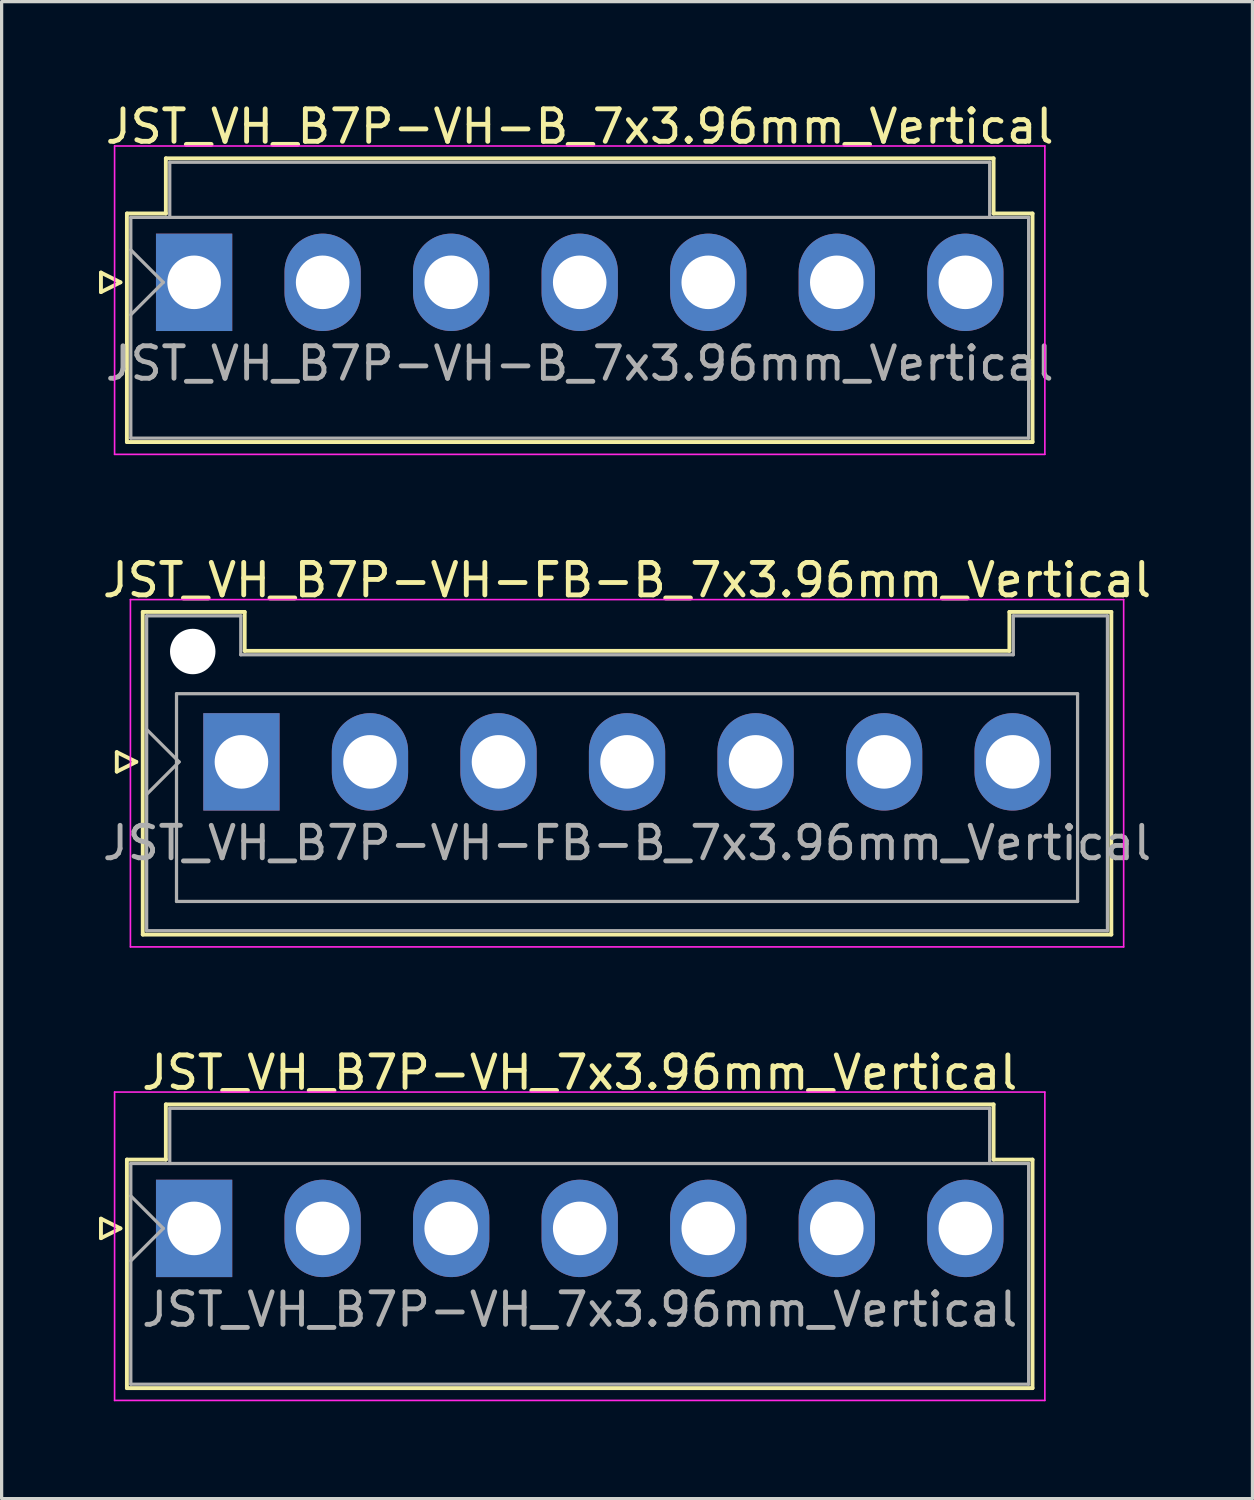
<source format=kicad_pcb>
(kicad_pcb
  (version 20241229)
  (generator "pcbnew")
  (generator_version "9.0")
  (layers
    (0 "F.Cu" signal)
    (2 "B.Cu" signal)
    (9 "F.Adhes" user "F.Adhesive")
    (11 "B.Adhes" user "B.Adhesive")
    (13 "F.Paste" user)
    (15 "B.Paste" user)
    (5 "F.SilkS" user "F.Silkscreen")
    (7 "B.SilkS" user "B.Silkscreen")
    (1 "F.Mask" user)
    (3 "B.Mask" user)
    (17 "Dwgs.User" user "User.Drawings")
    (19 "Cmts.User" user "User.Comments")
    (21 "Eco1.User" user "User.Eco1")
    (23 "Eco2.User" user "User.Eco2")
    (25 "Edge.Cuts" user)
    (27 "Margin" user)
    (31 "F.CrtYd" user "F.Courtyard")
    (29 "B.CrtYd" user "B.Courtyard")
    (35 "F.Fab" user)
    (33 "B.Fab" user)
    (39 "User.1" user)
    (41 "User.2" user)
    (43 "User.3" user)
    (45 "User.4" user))
  (footprint "JST_VH_B7P-VH-FB-B_7x3.96mm_Vertical"
    (layer "F.Cu")
    (at 4.388 20.422)
    (property "Reference" "JST_VH_B7P-VH-FB-B_7x3.96mm_Vertical" (at 11.88 -5.6 0) (layer "F.SilkS") (effects (font (size 1 1) (thickness 0.15))))
    (attr through_hole)
    (fp_line (start -3.84 -0.3) (end -3.24 0) (stroke (width 0.12) (type solid)) (layer "F.SilkS"))
    (fp_line (start -3.84 0.3) (end -3.84 -0.3) (stroke (width 0.12) (type solid)) (layer "F.SilkS"))
    (fp_line (start -3.24 0) (end -3.84 0.3) (stroke (width 0.12) (type solid)) (layer "F.SilkS"))
    (fp_line (start -3.04 -4.62) (end 0.1 -4.62) (stroke (width 0.12) (type solid)) (layer "F.SilkS"))
    (fp_line (start -3.04 5.32) (end -3.04 -4.62) (stroke (width 0.12) (type solid)) (layer "F.SilkS"))
    (fp_line (start 0.1 -4.62) (end 0.1 -3.42) (stroke (width 0.12) (type solid)) (layer "F.SilkS"))
    (fp_line (start 0.1 -3.42) (end 23.66 -3.42) (stroke (width 0.12) (type solid)) (layer "F.SilkS"))
    (fp_line (start 23.66 -4.62) (end 26.8 -4.62) (stroke (width 0.12) (type solid)) (layer "F.SilkS"))
    (fp_line (start 23.66 -3.42) (end 23.66 -4.62) (stroke (width 0.12) (type solid)) (layer "F.SilkS"))
    (fp_line (start 26.8 -4.62) (end 26.8 5.32) (stroke (width 0.12) (type solid)) (layer "F.SilkS"))
    (fp_line (start 26.8 5.32) (end -3.04 5.32) (stroke (width 0.12) (type solid)) (layer "F.SilkS"))
    (fp_line (start -3.42 -5) (end -3.42 5.7) (stroke (width 0.05) (type solid)) (layer "F.CrtYd"))
    (fp_line (start -3.42 5.7) (end 27.18 5.7) (stroke (width 0.05) (type solid)) (layer "F.CrtYd"))
    (fp_line (start 27.18 -5) (end -3.42 -5) (stroke (width 0.05) (type solid)) (layer "F.CrtYd"))
    (fp_line (start 27.18 5.7) (end 27.18 -5) (stroke (width 0.05) (type solid)) (layer "F.CrtYd"))
    (fp_line (start -2.92 -4.5) (end -0.02 -4.5) (stroke (width 0.1) (type solid)) (layer "F.Fab"))
    (fp_line (start -2.92 -1) (end -1.92 0) (stroke (width 0.1) (type solid)) (layer "F.Fab"))
    (fp_line (start -2.92 1) (end -1.92 0) (stroke (width 0.1) (type solid)) (layer "F.Fab"))
    (fp_line (start -2.92 5.2) (end -2.92 -4.5) (stroke (width 0.1) (type solid)) (layer "F.Fab"))
    (fp_line (start -2 -2.1) (end 25.76 -2.1) (stroke (width 0.1) (type solid)) (layer "F.Fab"))
    (fp_line (start -2 4.3) (end -2 -2.1) (stroke (width 0.1) (type solid)) (layer "F.Fab"))
    (fp_line (start -0.02 -4.5) (end -0.02 -3.3) (stroke (width 0.1) (type solid)) (layer "F.Fab"))
    (fp_line (start -0.02 -3.3) (end 23.78 -3.3) (stroke (width 0.1) (type solid)) (layer "F.Fab"))
    (fp_line (start 23.78 -4.5) (end 26.68 -4.5) (stroke (width 0.1) (type solid)) (layer "F.Fab"))
    (fp_line (start 23.78 -3.3) (end 23.78 -4.5) (stroke (width 0.1) (type solid)) (layer "F.Fab"))
    (fp_line (start 25.76 -2.1) (end 25.76 4.3) (stroke (width 0.1) (type solid)) (layer "F.Fab"))
    (fp_line (start 25.76 4.3) (end -2 4.3) (stroke (width 0.1) (type solid)) (layer "F.Fab"))
    (fp_line (start 26.68 -4.5) (end 26.68 5.2) (stroke (width 0.1) (type solid)) (layer "F.Fab"))
    (fp_line (start 26.68 5.2) (end -2.92 5.2) (stroke (width 0.1) (type solid)) (layer "F.Fab"))
    (fp_text user "${REFERENCE}" (at 11.88 2.5 0) (layer "F.Fab") (effects (font (size 1 1) (thickness 0.15))))
    (pad "" np_thru_hole circle (at -1.5 -3.4) (size 1.4 1.4) (drill 1.4) (layers "*.Cu" "*.Mask"))
    (pad "1" thru_hole rect (at 0 0) (size 2.35 3) (drill 1.65) (layers "*.Cu" "*.Mask"))
    (pad "2" thru_hole oval (at 3.96 0) (size 2.35 3) (drill 1.65) (layers "*.Cu" "*.Mask"))
    (pad "3" thru_hole oval (at 7.92 0) (size 2.35 3) (drill 1.65) (layers "*.Cu" "*.Mask"))
    (pad "4" thru_hole oval (at 11.88 0) (size 2.35 3) (drill 1.65) (layers "*.Cu" "*.Mask"))
    (pad "5" thru_hole oval (at 15.84 0) (size 2.35 3) (drill 1.65) (layers "*.Cu" "*.Mask"))
    (pad "6" thru_hole oval (at 19.8 0) (size 2.35 3) (drill 1.65) (layers "*.Cu" "*.Mask"))
    (pad "7" thru_hole oval (at 23.76 0) (size 2.35 3) (drill 1.65) (layers "*.Cu" "*.Mask")))
  (footprint "JST_VH_B7P-VH_7x3.96mm_Vertical"
    (layer "F.Cu")
    (at 2.93 34.795)
    (property "Reference" "JST_VH_B7P-VH_7x3.96mm_Vertical" (at 11.88 -4.8 0) (layer "F.SilkS") (effects (font (size 1 1) (thickness 0.15))))
    (attr through_hole)
    (fp_line (start -2.87 -0.3) (end -2.27 0) (stroke (width 0.12) (type solid)) (layer "F.SilkS"))
    (fp_line (start -2.87 0.3) (end -2.87 -0.3) (stroke (width 0.12) (type solid)) (layer "F.SilkS"))
    (fp_line (start -2.27 0) (end -2.87 0.3) (stroke (width 0.12) (type solid)) (layer "F.SilkS"))
    (fp_line (start -2.07 -2.12) (end -0.87 -2.12) (stroke (width 0.12) (type solid)) (layer "F.SilkS"))
    (fp_line (start -2.07 4.92) (end -2.07 -2.12) (stroke (width 0.12) (type solid)) (layer "F.SilkS"))
    (fp_line (start -0.87 -3.82) (end 24.63 -3.82) (stroke (width 0.12) (type solid)) (layer "F.SilkS"))
    (fp_line (start -0.87 -2.12) (end -0.87 -3.82) (stroke (width 0.12) (type solid)) (layer "F.SilkS"))
    (fp_line (start 24.63 -3.82) (end 24.63 -2.12) (stroke (width 0.12) (type solid)) (layer "F.SilkS"))
    (fp_line (start 24.63 -2.12) (end 25.83 -2.12) (stroke (width 0.12) (type solid)) (layer "F.SilkS"))
    (fp_line (start 25.83 -2.12) (end 25.83 4.92) (stroke (width 0.12) (type solid)) (layer "F.SilkS"))
    (fp_line (start 25.83 4.92) (end -2.07 4.92) (stroke (width 0.12) (type solid)) (layer "F.SilkS"))
    (fp_line (start -2.45 -4.2) (end -2.45 5.3) (stroke (width 0.05) (type solid)) (layer "F.CrtYd"))
    (fp_line (start -2.45 5.3) (end 26.21 5.3) (stroke (width 0.05) (type solid)) (layer "F.CrtYd"))
    (fp_line (start 26.21 -4.2) (end -2.45 -4.2) (stroke (width 0.05) (type solid)) (layer "F.CrtYd"))
    (fp_line (start 26.21 5.3) (end 26.21 -4.2) (stroke (width 0.05) (type solid)) (layer "F.CrtYd"))
    (fp_line (start -1.95 -2) (end -1.95 4.8) (stroke (width 0.1) (type solid)) (layer "F.Fab"))
    (fp_line (start -1.95 -1) (end -0.95 0) (stroke (width 0.1) (type solid)) (layer "F.Fab"))
    (fp_line (start -1.95 1) (end -0.95 0) (stroke (width 0.1) (type solid)) (layer "F.Fab"))
    (fp_line (start -1.95 4.8) (end 25.71 4.8) (stroke (width 0.1) (type solid)) (layer "F.Fab"))
    (fp_line (start -0.75 -3.7) (end 24.51 -3.7) (stroke (width 0.1) (type solid)) (layer "F.Fab"))
    (fp_line (start -0.75 -2) (end -0.75 -3.7) (stroke (width 0.1) (type solid)) (layer "F.Fab"))
    (fp_line (start 24.51 -3.7) (end 24.51 -2) (stroke (width 0.1) (type solid)) (layer "F.Fab"))
    (fp_line (start 25.71 -2) (end -1.95 -2) (stroke (width 0.1) (type solid)) (layer "F.Fab"))
    (fp_line (start 25.71 4.8) (end 25.71 -2) (stroke (width 0.1) (type solid)) (layer "F.Fab"))
    (fp_text user "${REFERENCE}" (at 11.88 2.5 0) (layer "F.Fab") (effects (font (size 1 1) (thickness 0.15))))
    (pad "1" thru_hole rect (at 0 0) (size 2.35 3) (drill 1.65) (layers "*.Cu" "*.Mask"))
    (pad "2" thru_hole oval (at 3.96 0) (size 2.35 3) (drill 1.65) (layers "*.Cu" "*.Mask"))
    (pad "3" thru_hole oval (at 7.92 0) (size 2.35 3) (drill 1.65) (layers "*.Cu" "*.Mask"))
    (pad "4" thru_hole oval (at 11.88 0) (size 2.35 3) (drill 1.65) (layers "*.Cu" "*.Mask"))
    (pad "5" thru_hole oval (at 15.84 0) (size 2.35 3) (drill 1.65) (layers "*.Cu" "*.Mask"))
    (pad "6" thru_hole oval (at 19.8 0) (size 2.35 3) (drill 1.65) (layers "*.Cu" "*.Mask"))
    (pad "7" thru_hole oval (at 23.76 0) (size 2.35 3) (drill 1.65) (layers "*.Cu" "*.Mask")))
  (footprint "JST_VH_B7P-VH-B_7x3.96mm_Vertical"
    (layer "F.Cu")
    (at 2.93 5.648)
    (property "Reference" "JST_VH_B7P-VH-B_7x3.96mm_Vertical" (at 11.88 -4.8 0) (layer "F.SilkS") (effects (font (size 1 1) (thickness 0.15))))
    (attr through_hole)
    (fp_line (start -2.87 -0.3) (end -2.27 0) (stroke (width 0.12) (type solid)) (layer "F.SilkS"))
    (fp_line (start -2.87 0.3) (end -2.87 -0.3) (stroke (width 0.12) (type solid)) (layer "F.SilkS"))
    (fp_line (start -2.27 0) (end -2.87 0.3) (stroke (width 0.12) (type solid)) (layer "F.SilkS"))
    (fp_line (start -2.07 -2.12) (end -0.87 -2.12) (stroke (width 0.12) (type solid)) (layer "F.SilkS"))
    (fp_line (start -2.07 4.92) (end -2.07 -2.12) (stroke (width 0.12) (type solid)) (layer "F.SilkS"))
    (fp_line (start -0.87 -3.82) (end 24.63 -3.82) (stroke (width 0.12) (type solid)) (layer "F.SilkS"))
    (fp_line (start -0.87 -2.12) (end -0.87 -3.82) (stroke (width 0.12) (type solid)) (layer "F.SilkS"))
    (fp_line (start 24.63 -3.82) (end 24.63 -2.12) (stroke (width 0.12) (type solid)) (layer "F.SilkS"))
    (fp_line (start 24.63 -2.12) (end 25.83 -2.12) (stroke (width 0.12) (type solid)) (layer "F.SilkS"))
    (fp_line (start 25.83 -2.12) (end 25.83 4.92) (stroke (width 0.12) (type solid)) (layer "F.SilkS"))
    (fp_line (start 25.83 4.92) (end -2.07 4.92) (stroke (width 0.12) (type solid)) (layer "F.SilkS"))
    (fp_line (start -2.45 -4.2) (end -2.45 5.3) (stroke (width 0.05) (type solid)) (layer "F.CrtYd"))
    (fp_line (start -2.45 5.3) (end 26.21 5.3) (stroke (width 0.05) (type solid)) (layer "F.CrtYd"))
    (fp_line (start 26.21 -4.2) (end -2.45 -4.2) (stroke (width 0.05) (type solid)) (layer "F.CrtYd"))
    (fp_line (start 26.21 5.3) (end 26.21 -4.2) (stroke (width 0.05) (type solid)) (layer "F.CrtYd"))
    (fp_line (start -1.95 -2) (end -1.95 4.8) (stroke (width 0.1) (type solid)) (layer "F.Fab"))
    (fp_line (start -1.95 -1) (end -0.95 0) (stroke (width 0.1) (type solid)) (layer "F.Fab"))
    (fp_line (start -1.95 1) (end -0.95 0) (stroke (width 0.1) (type solid)) (layer "F.Fab"))
    (fp_line (start -1.95 4.8) (end 25.71 4.8) (stroke (width 0.1) (type solid)) (layer "F.Fab"))
    (fp_line (start -0.75 -3.7) (end 24.51 -3.7) (stroke (width 0.1) (type solid)) (layer "F.Fab"))
    (fp_line (start -0.75 -2) (end -0.75 -3.7) (stroke (width 0.1) (type solid)) (layer "F.Fab"))
    (fp_line (start 24.51 -3.7) (end 24.51 -2) (stroke (width 0.1) (type solid)) (layer "F.Fab"))
    (fp_line (start 25.71 -2) (end -1.95 -2) (stroke (width 0.1) (type solid)) (layer "F.Fab"))
    (fp_line (start 25.71 4.8) (end 25.71 -2) (stroke (width 0.1) (type solid)) (layer "F.Fab"))
    (fp_text user "${REFERENCE}" (at 11.88 2.5 0) (layer "F.Fab") (effects (font (size 1 1) (thickness 0.15))))
    (pad "1" thru_hole rect (at 0 0) (size 2.35 3) (drill 1.65) (layers "*.Cu" "*.Mask"))
    (pad "2" thru_hole oval (at 3.96 0) (size 2.35 3) (drill 1.65) (layers "*.Cu" "*.Mask"))
    (pad "3" thru_hole oval (at 7.92 0) (size 2.35 3) (drill 1.65) (layers "*.Cu" "*.Mask"))
    (pad "4" thru_hole oval (at 11.88 0) (size 2.35 3) (drill 1.65) (layers "*.Cu" "*.Mask"))
    (pad "5" thru_hole oval (at 15.84 0) (size 2.35 3) (drill 1.65) (layers "*.Cu" "*.Mask"))
    (pad "6" thru_hole oval (at 19.8 0) (size 2.35 3) (drill 1.65) (layers "*.Cu" "*.Mask"))
    (pad "7" thru_hole oval (at 23.76 0) (size 2.35 3) (drill 1.65) (layers "*.Cu" "*.Mask")))
  (gr_rect
    (start -3 -3)
    (end 35.536 43.12)
    (stroke (width 0.1) (type default))
    (fill no)
    (layer "Edge.Cuts")))
</source>
